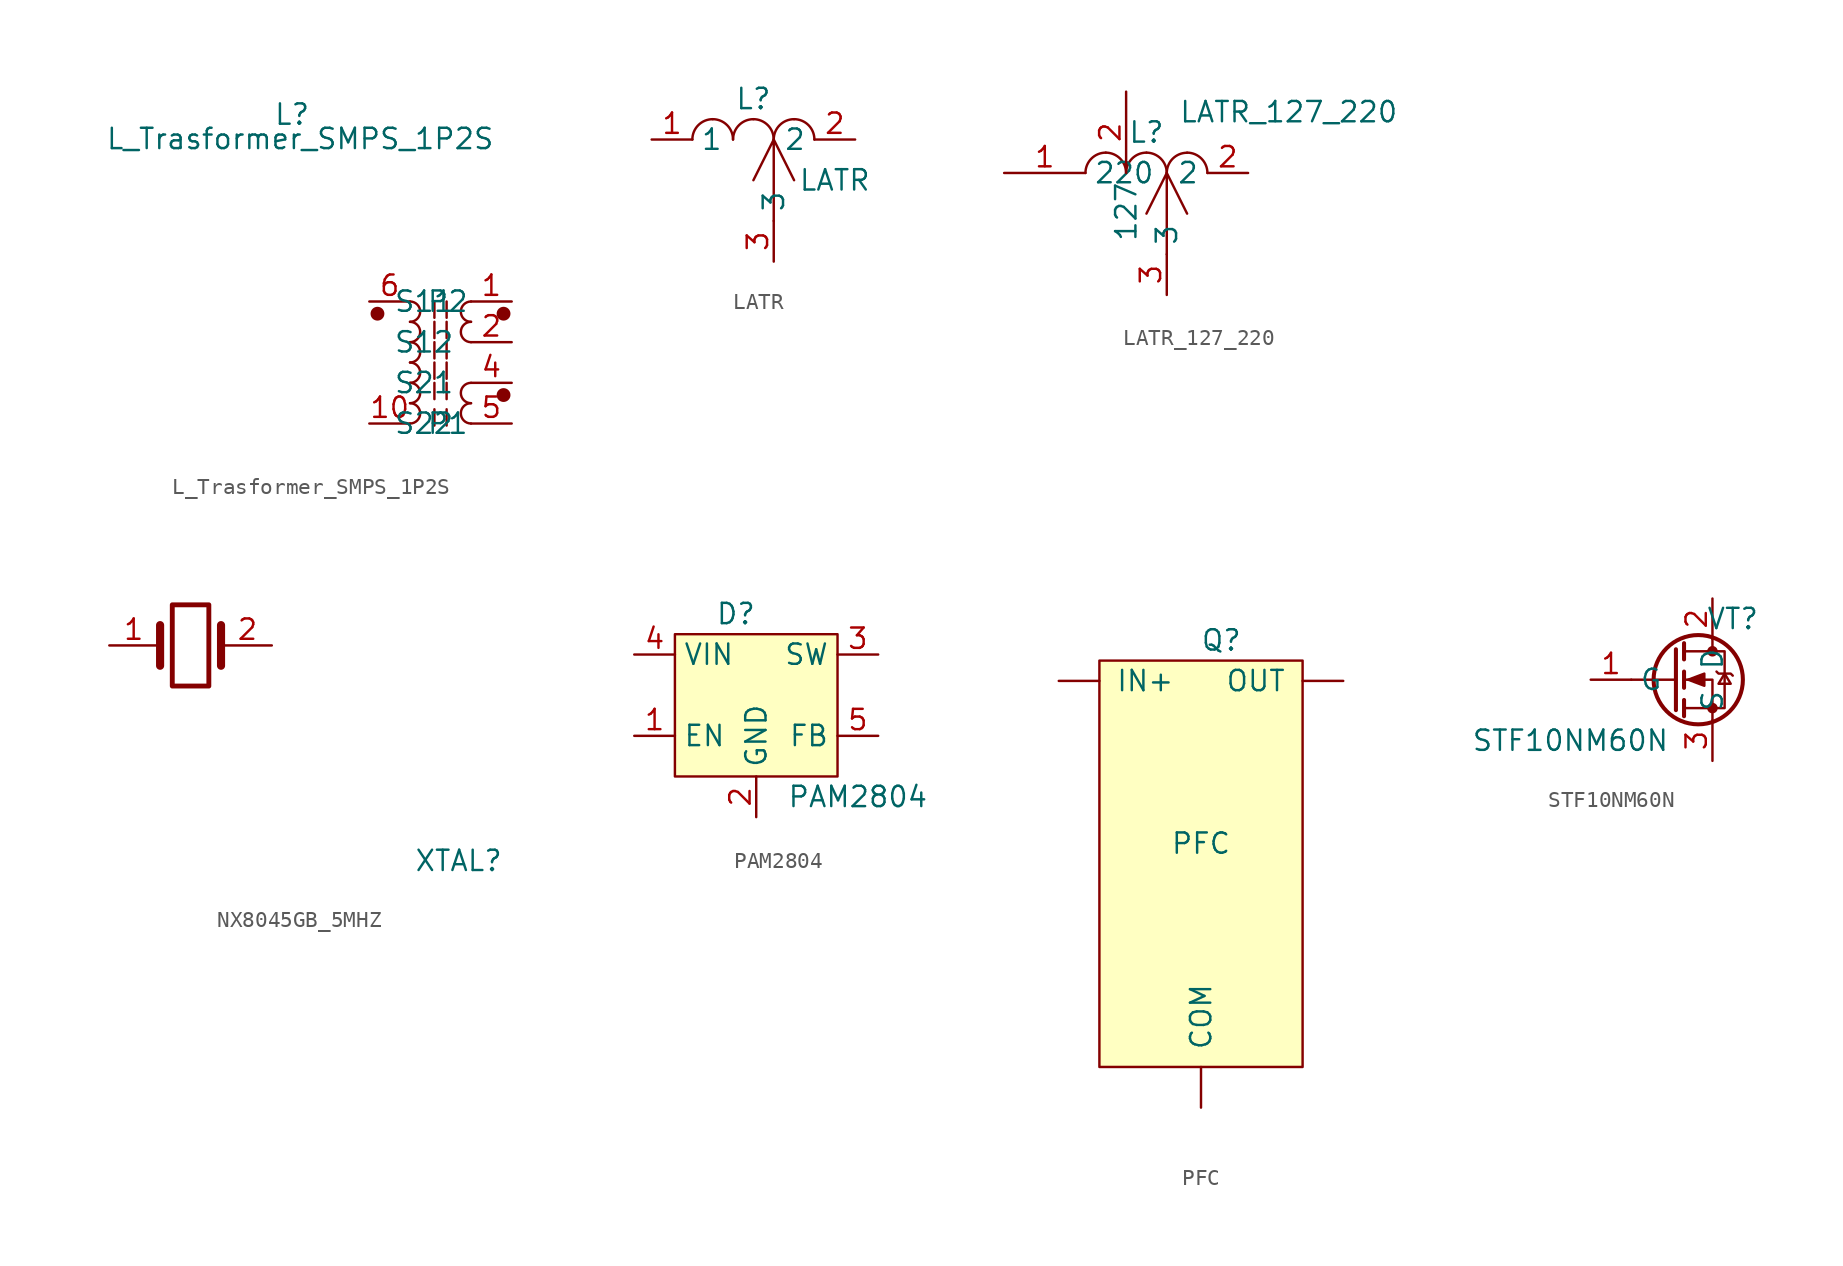
<source format=kicad_sym>
(kicad_symbol_lib
  (version 20231120)
  (generator "kicad_symbol_editor")
  (generator_version "8.0")
  (symbol "L_Trasformer_SMPS_1P2S"
    (pin_names
      (offset 1.016))
    (property "Reference" "L"
      (at -4.826 11.684 0)
      (effects (font (size 1.27 1.27))))
    (property "Value" "L_Trasformer_SMPS_1P2S"
      (at -4.318 10.16 0)
      (effects (font (size 1.27 1.27))))
    (symbol "L_Trasformer_SMPS_1P2S_0_1"
      (polyline (pts (xy 4.064 -6.731) (xy 4.064 -7.747)) (stroke (width 0) (type default)) (fill (type none)))
      (polyline (pts (xy 4.064 -5.08) (xy 4.064 -6.096)) (stroke (width 0) (type default)) (fill (type none)))
      (polyline (pts (xy 4.064 -3.81) (xy 4.064 -4.826)) (stroke (width 0) (type default)) (fill (type none)))
      (polyline (pts (xy 4.064 -2.54) (xy 4.064 -3.556)) (stroke (width 0) (type default)) (fill (type none)))
      (polyline (pts (xy 4.064 -1.27) (xy 4.064 -2.286)) (stroke (width 0) (type default)) (fill (type none)))
      (polyline (pts (xy 4.064 0) (xy 4.064 -1.016)) (stroke (width 0) (type default)) (fill (type none)))
      (polyline (pts (xy 4.826 -6.731) (xy 4.826 -7.747)) (stroke (width 0) (type default)) (fill (type none)))
      (polyline (pts (xy 4.826 -5.08) (xy 4.826 -6.096)) (stroke (width 0) (type default)) (fill (type none)))
      (polyline (pts (xy 4.826 -3.81) (xy 4.826 -4.826)) (stroke (width 0) (type default)) (fill (type none)))
      (polyline (pts (xy 4.826 -2.54) (xy 4.826 -3.556)) (stroke (width 0) (type default)) (fill (type none)))
      (polyline (pts (xy 4.826 -1.27) (xy 4.826 -2.286)) (stroke (width 0) (type default)) (fill (type none)))
      (polyline (pts (xy 4.826 0) (xy 4.826 -1.016)) (stroke (width 0) (type default)) (fill (type none)))
      (circle (center 0.508 -0.762) (radius 0.356) (stroke (width 0) (type default)) (fill (type outline)))
      (arc (start 2.54 -7.62) (mid 3.1722 -6.985) (end 2.54 -6.35) (stroke (width 0) (type default)) (fill (type none)))
      (arc (start 2.54 -6.35) (mid 3.1722 -5.715) (end 2.54 -5.08) (stroke (width 0) (type default)) (fill (type none)))
      (arc (start 2.54 -5.08) (mid 3.1722 -4.445) (end 2.54 -3.81) (stroke (width 0) (type default)) (fill (type none)))
      (arc (start 2.54 -3.81) (mid 3.1722 -3.175) (end 2.54 -2.54) (stroke (width 0) (type default)) (fill (type none)))
      (arc (start 2.54 -2.54) (mid 3.1722 -1.905) (end 2.54 -1.27) (stroke (width 0) (type default)) (fill (type none)))
      (arc (start 2.54 -1.27) (mid 3.1722 -0.635) (end 2.54 0) (stroke (width 0) (type default)) (fill (type none)))
      (arc (start 6.35 -6.35) (mid 5.7177 -6.985) (end 6.35 -7.62) (stroke (width 0) (type default)) (fill (type none)))
      (arc (start 6.35 -5.08) (mid 5.7177 -5.715) (end 6.35 -6.35) (stroke (width 0) (type default)) (fill (type none)))
      (arc (start 6.35 -1.27) (mid 5.7177 -1.905) (end 6.35 -2.54) (stroke (width 0) (type default)) (fill (type none)))
      (arc (start 6.35 0) (mid 5.7177 -0.635) (end 6.35 -1.27) (stroke (width 0) (type default)) (fill (type none)))
      (circle (center 8.382 -5.842) (radius 0.356) (stroke (width 0) (type default)) (fill (type outline)))
      (circle (center 8.382 -0.762) (radius 0.356) (stroke (width 0) (type default)) (fill (type outline))))
    (symbol "L_Trasformer_SMPS_1P2S_1_1"
      (pin passive line (at 8.89 0 180) (length 2.54) (name "S11" (effects (font (size 1.27 1.27)))) (number "1" (effects (font (size 1.27 1.27)))))
      (pin passive line (at 0 -7.62 0) (length 2.54) (name "P1" (effects (font (size 1.27 1.27)))) (number "10" (effects (font (size 1.27 1.27)))))
      (pin passive line (at 8.89 -2.54 180) (length 2.54) (name "S12" (effects (font (size 1.27 1.27)))) (number "2" (effects (font (size 1.27 1.27)))))
      (pin passive line (at 8.89 -5.08 180) (length 2.54) (name "S21" (effects (font (size 1.27 1.27)))) (number "4" (effects (font (size 1.27 1.27)))))
      (pin passive line (at 8.89 -7.62 180) (length 2.54) (name "S22" (effects (font (size 1.27 1.27)))) (number "5" (effects (font (size 1.27 1.27)))))
      (pin passive line (at 0 0 0) (length 2.54) (name "P2" (effects (font (size 1.27 1.27)))) (number "6" (effects (font (size 1.27 1.27)))))))
  (symbol "LATR"
    (property "Reference" "L"
      (at 6.35 2.54 0)
      (effects (font (size 1.27 1.27))))
    (property "Value" "LATR"
      (at 11.43 -2.54 0)
      (effects (font (size 1.27 1.27))))
    (symbol "LATR_0_1"
      (polyline (pts (xy 7.62 0) (xy 8.89 -2.54)) (stroke (width 0) (type default)) (fill (type none)))
      (polyline (pts (xy 7.62 -5.08) (xy 7.62 0) (xy 6.35 -2.54)) (stroke (width 0) (type default)) (fill (type none)))
      (arc (start 3.81 1.27) (mid 2.912 0.898) (end 2.54 0) (stroke (width 0) (type default)) (fill (type none)))
      (arc (start 5.08 0) (mid 4.708 0.898) (end 3.81 1.27) (stroke (width 0) (type default)) (fill (type none)))
      (arc (start 6.35 1.27) (mid 5.452 0.898) (end 5.08 0) (stroke (width 0) (type default)) (fill (type none)))
      (arc (start 7.62 0) (mid 7.248 0.898) (end 6.35 1.27) (stroke (width 0) (type default)) (fill (type none)))
      (arc (start 8.89 1.27) (mid 7.992 0.898) (end 7.62 0) (stroke (width 0) (type default)) (fill (type none)))
      (arc (start 10.16 0) (mid 9.788 0.898) (end 8.89 1.27) (stroke (width 0) (type default)) (fill (type none))))
    (symbol "LATR_1_1"
      (pin input line (at 0 0 0) (length 2.54) (name "1" (effects (font (size 1.27 1.27)))) (number "1" (effects (font (size 1.27 1.27)))))
      (pin input line (at 12.7 0 180) (length 2.54) (name "2" (effects (font (size 1.27 1.27)))) (number "2" (effects (font (size 1.27 1.27)))))
      (pin input line (at 7.62 -7.62 90) (length 2.54) (name "3" (effects (font (size 1.27 1.27)))) (number "3" (effects (font (size 1.27 1.27)))))))
  (symbol "LATR_127_220"
    (property "Reference" "L"
      (at 8.89 2.54 0)
      (effects (font (size 1.27 1.27))))
    (property "Value" "LATR_127_220"
      (at 17.78 3.81 0)
      (effects (font (size 1.27 1.27))))
    (symbol "LATR_127_220_0_1"
      (polyline (pts (xy 10.16 0) (xy 11.43 -2.54)) (stroke (width 0) (type default)) (fill (type none)))
      (polyline (pts (xy 10.16 -5.08) (xy 10.16 0) (xy 8.89 -2.54)) (stroke (width 0) (type default)) (fill (type none)))
      (arc (start 6.35 1.27) (mid 5.452 0.898) (end 5.08 0) (stroke (width 0) (type default)) (fill (type none)))
      (arc (start 7.62 0) (mid 7.248 0.898) (end 6.35 1.27) (stroke (width 0) (type default)) (fill (type none)))
      (arc (start 8.89 1.27) (mid 7.992 0.898) (end 7.62 0) (stroke (width 0) (type default)) (fill (type none)))
      (arc (start 10.16 0) (mid 9.788 0.898) (end 8.89 1.27) (stroke (width 0) (type default)) (fill (type none)))
      (arc (start 11.43 1.27) (mid 10.532 0.898) (end 10.16 0) (stroke (width 0) (type default)) (fill (type none)))
      (arc (start 12.7 0) (mid 12.328 0.898) (end 11.43 1.27) (stroke (width 0) (type default)) (fill (type none))))
    (symbol "LATR_127_220_1_1"
      (pin input line (at 0 0 0) (length 5.08) (name "220" (effects (font (size 1.27 1.27)))) (number "1" (effects (font (size 1.27 1.27)))))
      (pin input line (at 7.62 5.08 270) (length 5.08) (name "127" (effects (font (size 1.27 1.27)))) (number "2" (effects (font (size 1.27 1.27)))))
      (pin input line (at 15.24 0 180) (length 2.54) (name "2" (effects (font (size 1.27 1.27)))) (number "2" (effects (font (size 1.27 1.27)))))
      (pin input line (at 10.16 -7.62 90) (length 2.54) (name "3" (effects (font (size 1.27 1.27)))) (number "3" (effects (font (size 1.27 1.27)))))))
  (symbol "NX8045GB_5MHZ"
    (property "Reference" "XTAL"
      (at 16.764 -13.462 0)
      (effects (font (size 1.27 1.27))))
    (property "Value" ""
      (at 0 0 0)
      (effects (font (size 1.27 1.27))))
    (symbol "NX8045GB_5MHZ_0_1"
      (rectangle (start -1.143 2.54) (end 1.143 -2.54) (stroke (width 0.305) (type default)) (fill (type none)))
      (polyline (pts (xy -1.905 -1.27) (xy -1.905 1.27)) (stroke (width 0.508) (type default)) (fill (type none)))
      (polyline (pts (xy 1.905 -1.27) (xy 1.905 1.27)) (stroke (width 0.508) (type default)) (fill (type none))))
    (symbol "NX8045GB_5MHZ_1_1"
      (pin passive line (at -5.08 0 0) (length 3.048) (name "" (effects (font (size 1.27 1.27)))) (number "1" (effects (font (size 1.27 1.27)))))
      (pin passive line (at 5.08 0 180) (length 3.048) (name "" (effects (font (size 1.27 1.27)))) (number "2" (effects (font (size 1.27 1.27)))))))
  (symbol "PAM2804"
    (property "Reference" "D"
      (at 6.35 2.54 0)
      (effects (font (size 1.27 1.27))))
    (property "Value" "PAM2804"
      (at 13.97 -8.89 0)
      (effects (font (size 1.27 1.27))))
    (symbol "PAM2804_0_1"
      (rectangle (start 2.54 1.27) (end 12.7 -7.62) (stroke (width 0) (type default)) (fill (type background))))
    (symbol "PAM2804_1_1"
      (pin input line (at 0 -5.08 0) (length 2.54) (name "EN" (effects (font (size 1.27 1.27)))) (number "1" (effects (font (size 1.27 1.27)))))
      (pin input line (at 7.62 -10.16 90) (length 2.54) (name "GND" (effects (font (size 1.27 1.27)))) (number "2" (effects (font (size 1.27 1.27)))))
      (pin input line (at 15.24 0 180) (length 2.54) (name "SW" (effects (font (size 1.27 1.27)))) (number "3" (effects (font (size 1.27 1.27)))))
      (pin input line (at 0 0 0) (length 2.54) (name "VIN" (effects (font (size 1.27 1.27)))) (number "4" (effects (font (size 1.27 1.27)))))
      (pin input line (at 15.24 -5.08 180) (length 2.54) (name "FB" (effects (font (size 1.27 1.27)))) (number "5" (effects (font (size 1.27 1.27)))))))
  (symbol "PFC"
    (pin_names
      (offset 1.016))
    (property "Reference" "Q"
      (at 7.62 1.27 0)
      (effects (font (size 1.27 1.27))))
    (property "Value" "PFC"
      (at 6.35 -11.43 0)
      (effects (font (size 1.27 1.27))))
    (symbol "PFC_0_1"
      (rectangle (start 0 0) (end 12.7 -25.4) (stroke (width 0) (type default)) (fill (type background))))
    (symbol "PFC_1_1"
      (pin passive line (at 6.35 -27.94 90) (length 2.54) (name "COM" (effects (font (size 1.27 1.27)))) (number "~" (effects (font (size 1.27 1.27)))))
      (pin passive line (at -2.54 -1.27 0) (length 2.54) (name "IN+" (effects (font (size 1.27 1.27)))) (number "~" (effects (font (size 1.27 1.27)))))
      (pin passive line (at 15.24 -1.27 180) (length 2.54) (name "OUT" (effects (font (size 1.27 1.27)))) (number "~" (effects (font (size 1.27 1.27)))))))
  (symbol "STF10NM60N"
    (property "Reference" "VT"
      (at 8.89 3.81 0)
      (effects (font (size 1.27 1.27))))
    (property "Value" "STF10NM60N"
      (at -1.27 -3.81 0)
      (effects (font (size 1.27 1.27))))
    (symbol "STF10NM60N_0_1"
      (polyline (pts (xy 5.334 0) (xy 2.54 0)) (stroke (width 0) (type default)) (fill (type none)))
      (polyline (pts (xy 5.334 1.905) (xy 5.334 -1.905)) (stroke (width 0.254) (type default)) (fill (type none)))
      (polyline (pts (xy 5.842 -1.27) (xy 5.842 -2.286)) (stroke (width 0.254) (type default)) (fill (type none)))
      (polyline (pts (xy 5.842 0.508) (xy 5.842 -0.508)) (stroke (width 0.254) (type default)) (fill (type none)))
      (polyline (pts (xy 5.842 2.286) (xy 5.842 1.27)) (stroke (width 0.254) (type default)) (fill (type none)))
      (polyline (pts (xy 7.62 2.54) (xy 7.62 1.778)) (stroke (width 0) (type default)) (fill (type none)))
      (polyline (pts (xy 7.62 -2.54) (xy 7.62 0) (xy 5.842 0)) (stroke (width 0) (type default)) (fill (type none)))
      (polyline (pts (xy 5.842 -1.778) (xy 8.382 -1.778) (xy 8.382 1.778) (xy 5.842 1.778)) (stroke (width 0) (type default)) (fill (type none)))
      (polyline (pts (xy 6.096 0) (xy 7.112 0.381) (xy 7.112 -0.381) (xy 6.096 0)) (stroke (width 0) (type default)) (fill (type outline)))
      (polyline (pts (xy 7.874 0.508) (xy 8.001 0.381) (xy 8.763 0.381) (xy 8.89 0.254)) (stroke (width 0) (type default)) (fill (type none)))
      (polyline (pts (xy 8.382 0.381) (xy 8.001 -0.254) (xy 8.763 -0.254) (xy 8.382 0.381)) (stroke (width 0) (type default)) (fill (type none)))
      (circle (center 6.731 0) (radius 2.794) (stroke (width 0.254) (type default)) (fill (type none)))
      (circle (center 7.62 -1.778) (radius 0.254) (stroke (width 0) (type default)) (fill (type outline)))
      (circle (center 7.62 1.778) (radius 0.254) (stroke (width 0) (type default)) (fill (type outline))))
    (symbol "STF10NM60N_1_1"
      (pin input line (at 0 0 0) (length 2.54) (name "G" (effects (font (size 1.27 1.27)))) (number "1" (effects (font (size 1.27 1.27)))))
      (pin passive line (at 7.62 5.08 270) (length 2.54) (name "D" (effects (font (size 1.27 1.27)))) (number "2" (effects (font (size 1.27 1.27)))))
      (pin passive line (at 7.62 -5.08 90) (length 2.54) (name "S" (effects (font (size 1.27 1.27)))) (number "3" (effects (font (size 1.27 1.27))))))))
</source>
